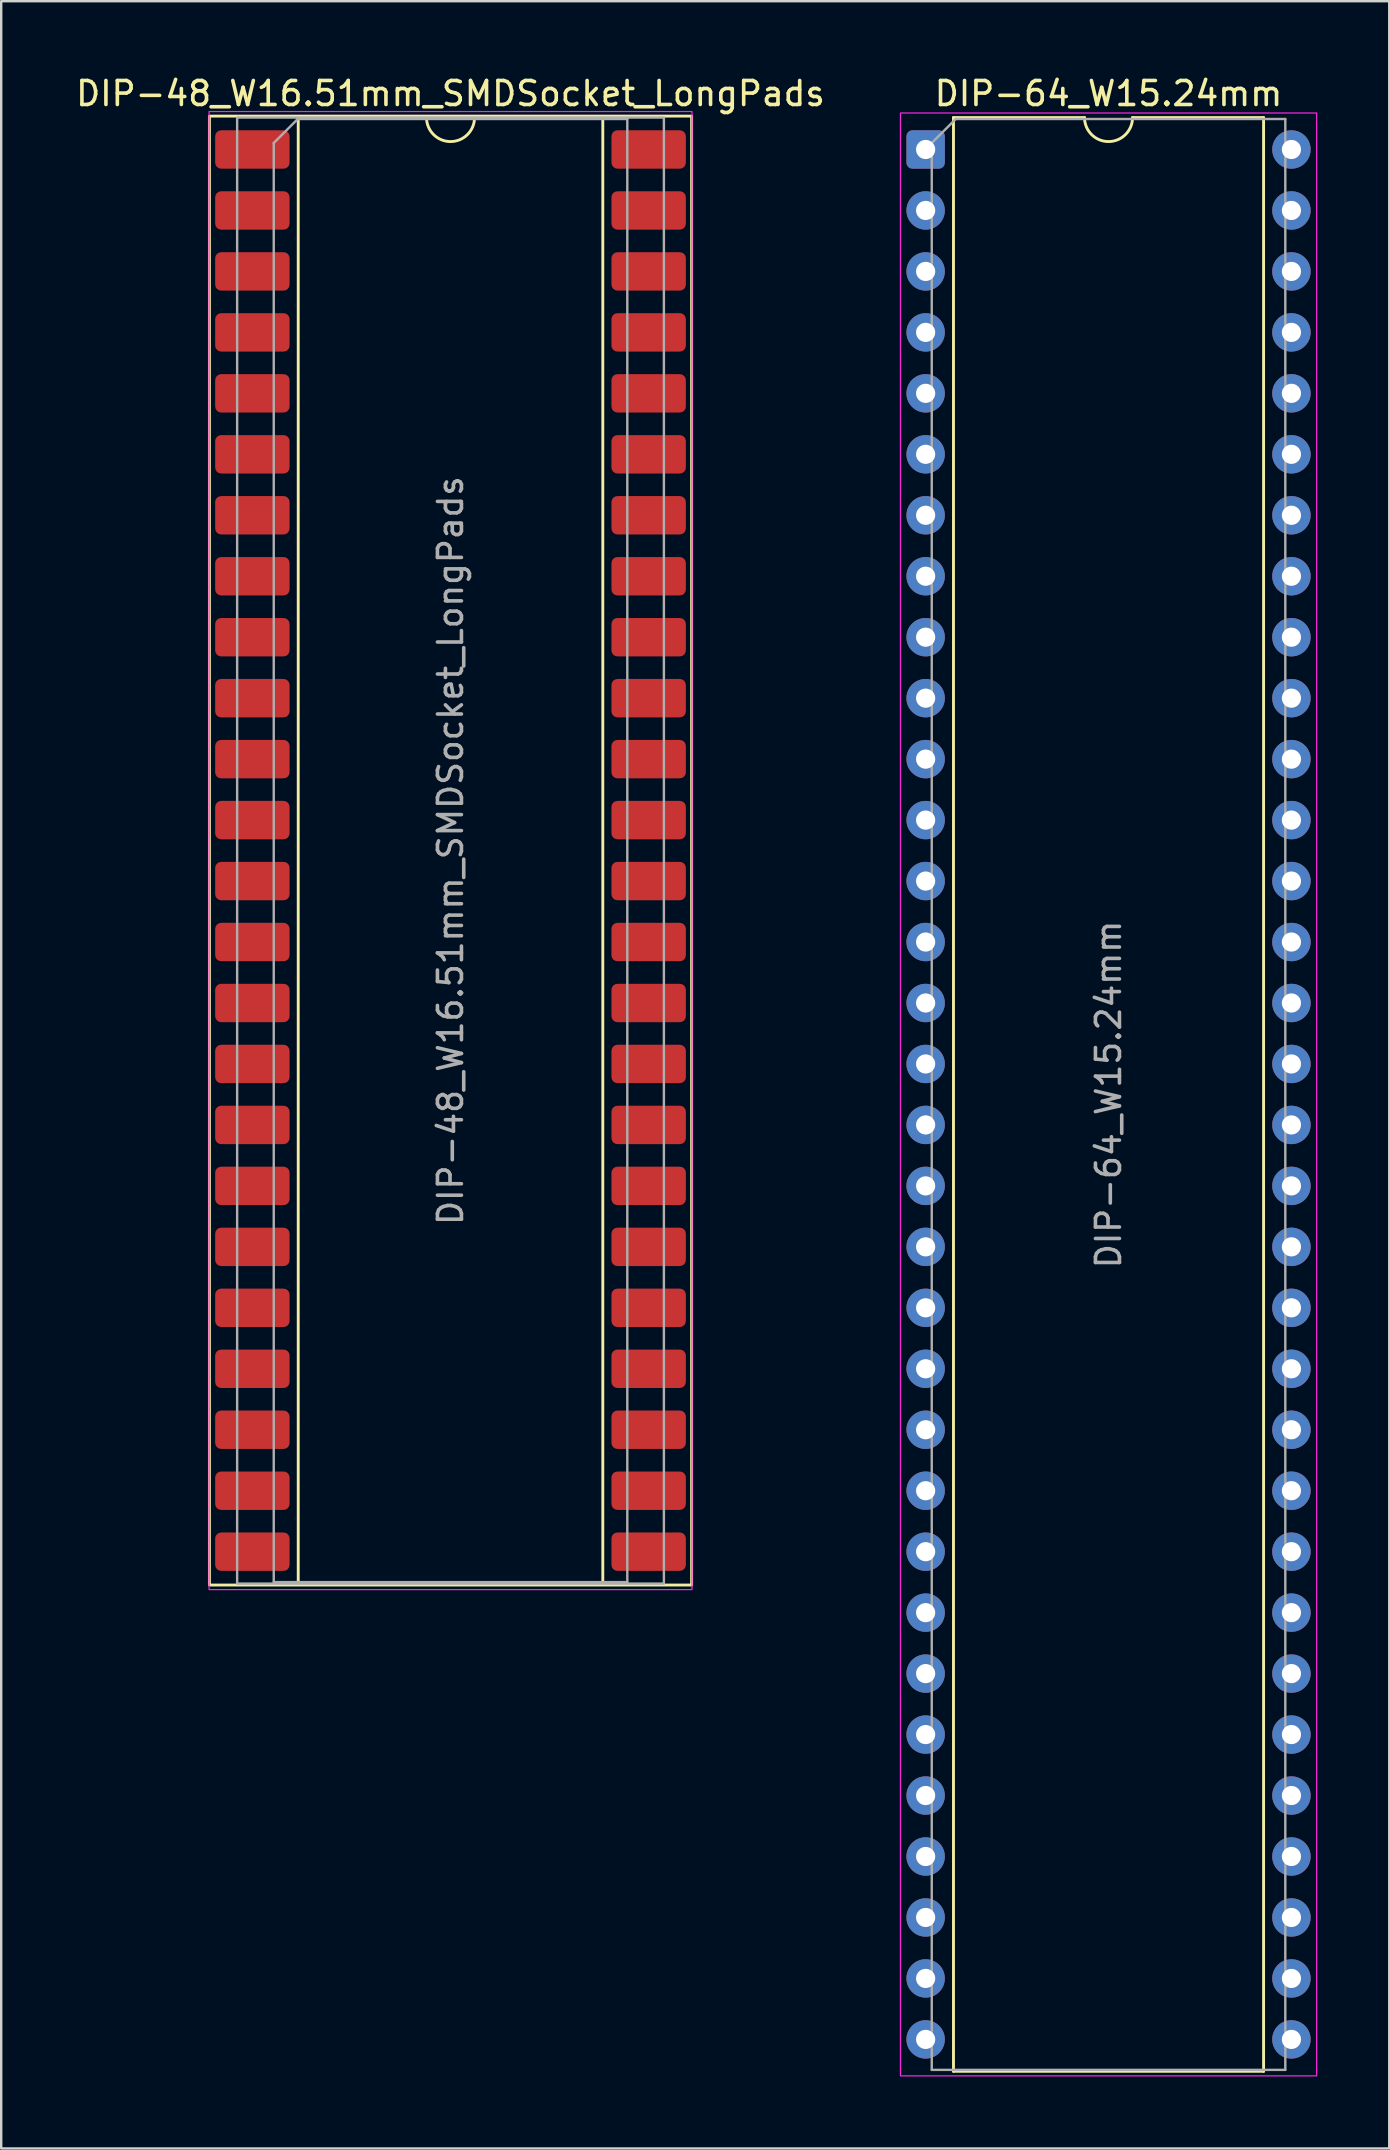
<source format=kicad_pcb>
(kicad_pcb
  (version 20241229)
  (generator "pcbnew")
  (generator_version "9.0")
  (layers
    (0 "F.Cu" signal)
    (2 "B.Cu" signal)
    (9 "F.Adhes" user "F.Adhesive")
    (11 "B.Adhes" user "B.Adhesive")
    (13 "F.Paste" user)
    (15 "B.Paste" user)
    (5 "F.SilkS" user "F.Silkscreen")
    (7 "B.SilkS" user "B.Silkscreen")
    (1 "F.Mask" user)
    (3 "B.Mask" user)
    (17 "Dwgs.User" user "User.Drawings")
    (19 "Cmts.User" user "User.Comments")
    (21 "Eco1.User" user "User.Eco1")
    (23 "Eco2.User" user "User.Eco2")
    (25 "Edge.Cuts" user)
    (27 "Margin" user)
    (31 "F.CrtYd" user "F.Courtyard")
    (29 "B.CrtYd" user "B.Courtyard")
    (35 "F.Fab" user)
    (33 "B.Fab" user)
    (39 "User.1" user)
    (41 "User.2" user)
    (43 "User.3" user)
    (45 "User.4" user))
  (footprint "DIP-48_W16.51mm_SMDSocket_LongPads"
    (layer "F.Cu")
    (at 15.72 32.388)
    (property "Reference" "DIP-48_W16.51mm_SMDSocket_LongPads" (at 0 -31.54 0) (layer "F.SilkS") (effects (font (size 1 1) (thickness 0.15))))
    (attr smd)
    (fp_line (start -6.345 -30.54) (end -6.345 30.54) (stroke (width 0.12) (type solid)) (layer "F.SilkS"))
    (fp_line (start -6.345 30.54) (end 6.345 30.54) (stroke (width 0.12) (type solid)) (layer "F.SilkS"))
    (fp_line (start -1 -30.54) (end -6.345 -30.54) (stroke (width 0.12) (type solid)) (layer "F.SilkS"))
    (fp_line (start 6.345 -30.54) (end 1 -30.54) (stroke (width 0.12) (type solid)) (layer "F.SilkS"))
    (fp_line (start 6.345 30.54) (end 6.345 -30.54) (stroke (width 0.12) (type solid)) (layer "F.SilkS"))
    (fp_rect (start -10.045 -30.6) (end 10.045 30.6) (stroke (width 0.12) (type solid)) (fill no) (layer "F.SilkS"))
    (fp_arc (start 1 -30.54) (mid 0 -29.54) (end -1 -30.54) (stroke (width 0.12) (type solid)) (layer "F.SilkS"))
    (fp_rect (start -10.06 -30.79) (end 10.06 30.79) (stroke (width 0.05) (type solid)) (fill no) (layer "F.CrtYd"))
    (fp_line (start -7.365 -29.48) (end -6.365 -30.48) (stroke (width 0.1) (type solid)) (layer "F.Fab"))
    (fp_line (start -7.365 30.48) (end -7.365 -29.48) (stroke (width 0.1) (type solid)) (layer "F.Fab"))
    (fp_line (start -6.365 -30.48) (end 7.365 -30.48) (stroke (width 0.1) (type solid)) (layer "F.Fab"))
    (fp_line (start 7.365 -30.48) (end 7.365 30.48) (stroke (width 0.1) (type solid)) (layer "F.Fab"))
    (fp_line (start 7.365 30.48) (end -7.365 30.48) (stroke (width 0.1) (type solid)) (layer "F.Fab"))
    (fp_rect (start -8.89 -30.54) (end 8.89 30.54) (stroke (width 0.1) (type solid)) (fill no) (layer "F.Fab"))
    (fp_text user "${REFERENCE}" (at 0 0 90) (layer "F.Fab") (effects (font (size 1 1) (thickness 0.15))))
    (pad "1" smd roundrect (at -8.255 -29.21) (size 3.1 1.6) (layers "F.Cu" "F.Mask" "F.Paste") (roundrect_rratio 0.156))
    (pad "2" smd roundrect (at -8.255 -26.67) (size 3.1 1.6) (layers "F.Cu" "F.Mask" "F.Paste") (roundrect_rratio 0.156))
    (pad "3" smd roundrect (at -8.255 -24.13) (size 3.1 1.6) (layers "F.Cu" "F.Mask" "F.Paste") (roundrect_rratio 0.156))
    (pad "4" smd roundrect (at -8.255 -21.59) (size 3.1 1.6) (layers "F.Cu" "F.Mask" "F.Paste") (roundrect_rratio 0.156))
    (pad "5" smd roundrect (at -8.255 -19.05) (size 3.1 1.6) (layers "F.Cu" "F.Mask" "F.Paste") (roundrect_rratio 0.156))
    (pad "6" smd roundrect (at -8.255 -16.51) (size 3.1 1.6) (layers "F.Cu" "F.Mask" "F.Paste") (roundrect_rratio 0.156))
    (pad "7" smd roundrect (at -8.255 -13.97) (size 3.1 1.6) (layers "F.Cu" "F.Mask" "F.Paste") (roundrect_rratio 0.156))
    (pad "8" smd roundrect (at -8.255 -11.43) (size 3.1 1.6) (layers "F.Cu" "F.Mask" "F.Paste") (roundrect_rratio 0.156))
    (pad "9" smd roundrect (at -8.255 -8.89) (size 3.1 1.6) (layers "F.Cu" "F.Mask" "F.Paste") (roundrect_rratio 0.156))
    (pad "10" smd roundrect (at -8.255 -6.35) (size 3.1 1.6) (layers "F.Cu" "F.Mask" "F.Paste") (roundrect_rratio 0.156))
    (pad "11" smd roundrect (at -8.255 -3.81) (size 3.1 1.6) (layers "F.Cu" "F.Mask" "F.Paste") (roundrect_rratio 0.156))
    (pad "12" smd roundrect (at -8.255 -1.27) (size 3.1 1.6) (layers "F.Cu" "F.Mask" "F.Paste") (roundrect_rratio 0.156))
    (pad "13" smd roundrect (at -8.255 1.27) (size 3.1 1.6) (layers "F.Cu" "F.Mask" "F.Paste") (roundrect_rratio 0.156))
    (pad "14" smd roundrect (at -8.255 3.81) (size 3.1 1.6) (layers "F.Cu" "F.Mask" "F.Paste") (roundrect_rratio 0.156))
    (pad "15" smd roundrect (at -8.255 6.35) (size 3.1 1.6) (layers "F.Cu" "F.Mask" "F.Paste") (roundrect_rratio 0.156))
    (pad "16" smd roundrect (at -8.255 8.89) (size 3.1 1.6) (layers "F.Cu" "F.Mask" "F.Paste") (roundrect_rratio 0.156))
    (pad "17" smd roundrect (at -8.255 11.43) (size 3.1 1.6) (layers "F.Cu" "F.Mask" "F.Paste") (roundrect_rratio 0.156))
    (pad "18" smd roundrect (at -8.255 13.97) (size 3.1 1.6) (layers "F.Cu" "F.Mask" "F.Paste") (roundrect_rratio 0.156))
    (pad "19" smd roundrect (at -8.255 16.51) (size 3.1 1.6) (layers "F.Cu" "F.Mask" "F.Paste") (roundrect_rratio 0.156))
    (pad "20" smd roundrect (at -8.255 19.05) (size 3.1 1.6) (layers "F.Cu" "F.Mask" "F.Paste") (roundrect_rratio 0.156))
    (pad "21" smd roundrect (at -8.255 21.59) (size 3.1 1.6) (layers "F.Cu" "F.Mask" "F.Paste") (roundrect_rratio 0.156))
    (pad "22" smd roundrect (at -8.255 24.13) (size 3.1 1.6) (layers "F.Cu" "F.Mask" "F.Paste") (roundrect_rratio 0.156))
    (pad "23" smd roundrect (at -8.255 26.67) (size 3.1 1.6) (layers "F.Cu" "F.Mask" "F.Paste") (roundrect_rratio 0.156))
    (pad "24" smd roundrect (at -8.255 29.21) (size 3.1 1.6) (layers "F.Cu" "F.Mask" "F.Paste") (roundrect_rratio 0.156))
    (pad "25" smd roundrect (at 8.255 29.21) (size 3.1 1.6) (layers "F.Cu" "F.Mask" "F.Paste") (roundrect_rratio 0.156))
    (pad "26" smd roundrect (at 8.255 26.67) (size 3.1 1.6) (layers "F.Cu" "F.Mask" "F.Paste") (roundrect_rratio 0.156))
    (pad "27" smd roundrect (at 8.255 24.13) (size 3.1 1.6) (layers "F.Cu" "F.Mask" "F.Paste") (roundrect_rratio 0.156))
    (pad "28" smd roundrect (at 8.255 21.59) (size 3.1 1.6) (layers "F.Cu" "F.Mask" "F.Paste") (roundrect_rratio 0.156))
    (pad "29" smd roundrect (at 8.255 19.05) (size 3.1 1.6) (layers "F.Cu" "F.Mask" "F.Paste") (roundrect_rratio 0.156))
    (pad "30" smd roundrect (at 8.255 16.51) (size 3.1 1.6) (layers "F.Cu" "F.Mask" "F.Paste") (roundrect_rratio 0.156))
    (pad "31" smd roundrect (at 8.255 13.97) (size 3.1 1.6) (layers "F.Cu" "F.Mask" "F.Paste") (roundrect_rratio 0.156))
    (pad "32" smd roundrect (at 8.255 11.43) (size 3.1 1.6) (layers "F.Cu" "F.Mask" "F.Paste") (roundrect_rratio 0.156))
    (pad "33" smd roundrect (at 8.255 8.89) (size 3.1 1.6) (layers "F.Cu" "F.Mask" "F.Paste") (roundrect_rratio 0.156))
    (pad "34" smd roundrect (at 8.255 6.35) (size 3.1 1.6) (layers "F.Cu" "F.Mask" "F.Paste") (roundrect_rratio 0.156))
    (pad "35" smd roundrect (at 8.255 3.81) (size 3.1 1.6) (layers "F.Cu" "F.Mask" "F.Paste") (roundrect_rratio 0.156))
    (pad "36" smd roundrect (at 8.255 1.27) (size 3.1 1.6) (layers "F.Cu" "F.Mask" "F.Paste") (roundrect_rratio 0.156))
    (pad "37" smd roundrect (at 8.255 -1.27) (size 3.1 1.6) (layers "F.Cu" "F.Mask" "F.Paste") (roundrect_rratio 0.156))
    (pad "38" smd roundrect (at 8.255 -3.81) (size 3.1 1.6) (layers "F.Cu" "F.Mask" "F.Paste") (roundrect_rratio 0.156))
    (pad "39" smd roundrect (at 8.255 -6.35) (size 3.1 1.6) (layers "F.Cu" "F.Mask" "F.Paste") (roundrect_rratio 0.156))
    (pad "40" smd roundrect (at 8.255 -8.89) (size 3.1 1.6) (layers "F.Cu" "F.Mask" "F.Paste") (roundrect_rratio 0.156))
    (pad "41" smd roundrect (at 8.255 -11.43) (size 3.1 1.6) (layers "F.Cu" "F.Mask" "F.Paste") (roundrect_rratio 0.156))
    (pad "42" smd roundrect (at 8.255 -13.97) (size 3.1 1.6) (layers "F.Cu" "F.Mask" "F.Paste") (roundrect_rratio 0.156))
    (pad "43" smd roundrect (at 8.255 -16.51) (size 3.1 1.6) (layers "F.Cu" "F.Mask" "F.Paste") (roundrect_rratio 0.156))
    (pad "44" smd roundrect (at 8.255 -19.05) (size 3.1 1.6) (layers "F.Cu" "F.Mask" "F.Paste") (roundrect_rratio 0.156))
    (pad "45" smd roundrect (at 8.255 -21.59) (size 3.1 1.6) (layers "F.Cu" "F.Mask" "F.Paste") (roundrect_rratio 0.156))
    (pad "46" smd roundrect (at 8.255 -24.13) (size 3.1 1.6) (layers "F.Cu" "F.Mask" "F.Paste") (roundrect_rratio 0.156))
    (pad "47" smd roundrect (at 8.255 -26.67) (size 3.1 1.6) (layers "F.Cu" "F.Mask" "F.Paste") (roundrect_rratio 0.156))
    (pad "48" smd roundrect (at 8.255 -29.21) (size 3.1 1.6) (layers "F.Cu" "F.Mask" "F.Paste") (roundrect_rratio 0.156)))
  (footprint "DIP-64_W15.24mm"
    (layer "F.Cu")
    (at 35.515 3.178)
    (property "Reference" "DIP-64_W15.24mm" (at 7.62 -2.33 0) (layer "F.SilkS") (effects (font (size 1 1) (thickness 0.15))))
    (attr through_hole)
    (fp_line (start 1.16 -1.33) (end 1.16 80.07) (stroke (width 0.12) (type solid)) (layer "F.SilkS"))
    (fp_line (start 1.16 80.07) (end 14.08 80.07) (stroke (width 0.12) (type solid)) (layer "F.SilkS"))
    (fp_line (start 6.62 -1.33) (end 1.16 -1.33) (stroke (width 0.12) (type solid)) (layer "F.SilkS"))
    (fp_line (start 14.08 -1.33) (end 8.62 -1.33) (stroke (width 0.12) (type solid)) (layer "F.SilkS"))
    (fp_line (start 14.08 80.07) (end 14.08 -1.33) (stroke (width 0.12) (type solid)) (layer "F.SilkS"))
    (fp_arc (start 8.62 -1.33) (mid 7.62 -0.33) (end 6.62 -1.33) (stroke (width 0.12) (type solid)) (layer "F.SilkS"))
    (fp_rect (start -1.05 -1.52) (end 16.29 80.26) (stroke (width 0.05) (type solid)) (fill no) (layer "F.CrtYd"))
    (fp_line (start 0.255 -0.27) (end 1.255 -1.27) (stroke (width 0.1) (type solid)) (layer "F.Fab"))
    (fp_line (start 0.255 80.01) (end 0.255 -0.27) (stroke (width 0.1) (type solid)) (layer "F.Fab"))
    (fp_line (start 1.255 -1.27) (end 14.985 -1.27) (stroke (width 0.1) (type solid)) (layer "F.Fab"))
    (fp_line (start 14.985 -1.27) (end 14.985 80.01) (stroke (width 0.1) (type solid)) (layer "F.Fab"))
    (fp_line (start 14.985 80.01) (end 0.255 80.01) (stroke (width 0.1) (type solid)) (layer "F.Fab"))
    (fp_text user "${REFERENCE}" (at 7.62 39.37 90) (layer "F.Fab") (effects (font (size 1 1) (thickness 0.15))))
    (pad "1" thru_hole roundrect (at 0 0) (size 1.6 1.6) (drill 0.8) (layers "*.Cu" "*.Mask") (roundrect_rratio 0.156))
    (pad "2" thru_hole circle (at 0 2.54) (size 1.6 1.6) (drill 0.8) (layers "*.Cu" "*.Mask"))
    (pad "3" thru_hole circle (at 0 5.08) (size 1.6 1.6) (drill 0.8) (layers "*.Cu" "*.Mask"))
    (pad "4" thru_hole circle (at 0 7.62) (size 1.6 1.6) (drill 0.8) (layers "*.Cu" "*.Mask"))
    (pad "5" thru_hole circle (at 0 10.16) (size 1.6 1.6) (drill 0.8) (layers "*.Cu" "*.Mask"))
    (pad "6" thru_hole circle (at 0 12.7) (size 1.6 1.6) (drill 0.8) (layers "*.Cu" "*.Mask"))
    (pad "7" thru_hole circle (at 0 15.24) (size 1.6 1.6) (drill 0.8) (layers "*.Cu" "*.Mask"))
    (pad "8" thru_hole circle (at 0 17.78) (size 1.6 1.6) (drill 0.8) (layers "*.Cu" "*.Mask"))
    (pad "9" thru_hole circle (at 0 20.32) (size 1.6 1.6) (drill 0.8) (layers "*.Cu" "*.Mask"))
    (pad "10" thru_hole circle (at 0 22.86) (size 1.6 1.6) (drill 0.8) (layers "*.Cu" "*.Mask"))
    (pad "11" thru_hole circle (at 0 25.4) (size 1.6 1.6) (drill 0.8) (layers "*.Cu" "*.Mask"))
    (pad "12" thru_hole circle (at 0 27.94) (size 1.6 1.6) (drill 0.8) (layers "*.Cu" "*.Mask"))
    (pad "13" thru_hole circle (at 0 30.48) (size 1.6 1.6) (drill 0.8) (layers "*.Cu" "*.Mask"))
    (pad "14" thru_hole circle (at 0 33.02) (size 1.6 1.6) (drill 0.8) (layers "*.Cu" "*.Mask"))
    (pad "15" thru_hole circle (at 0 35.56) (size 1.6 1.6) (drill 0.8) (layers "*.Cu" "*.Mask"))
    (pad "16" thru_hole circle (at 0 38.1) (size 1.6 1.6) (drill 0.8) (layers "*.Cu" "*.Mask"))
    (pad "17" thru_hole circle (at 0 40.64) (size 1.6 1.6) (drill 0.8) (layers "*.Cu" "*.Mask"))
    (pad "18" thru_hole circle (at 0 43.18) (size 1.6 1.6) (drill 0.8) (layers "*.Cu" "*.Mask"))
    (pad "19" thru_hole circle (at 0 45.72) (size 1.6 1.6) (drill 0.8) (layers "*.Cu" "*.Mask"))
    (pad "20" thru_hole circle (at 0 48.26) (size 1.6 1.6) (drill 0.8) (layers "*.Cu" "*.Mask"))
    (pad "21" thru_hole circle (at 0 50.8) (size 1.6 1.6) (drill 0.8) (layers "*.Cu" "*.Mask"))
    (pad "22" thru_hole circle (at 0 53.34) (size 1.6 1.6) (drill 0.8) (layers "*.Cu" "*.Mask"))
    (pad "23" thru_hole circle (at 0 55.88) (size 1.6 1.6) (drill 0.8) (layers "*.Cu" "*.Mask"))
    (pad "24" thru_hole circle (at 0 58.42) (size 1.6 1.6) (drill 0.8) (layers "*.Cu" "*.Mask"))
    (pad "25" thru_hole circle (at 0 60.96) (size 1.6 1.6) (drill 0.8) (layers "*.Cu" "*.Mask"))
    (pad "26" thru_hole circle (at 0 63.5) (size 1.6 1.6) (drill 0.8) (layers "*.Cu" "*.Mask"))
    (pad "27" thru_hole circle (at 0 66.04) (size 1.6 1.6) (drill 0.8) (layers "*.Cu" "*.Mask"))
    (pad "28" thru_hole circle (at 0 68.58) (size 1.6 1.6) (drill 0.8) (layers "*.Cu" "*.Mask"))
    (pad "29" thru_hole circle (at 0 71.12) (size 1.6 1.6) (drill 0.8) (layers "*.Cu" "*.Mask"))
    (pad "30" thru_hole circle (at 0 73.66) (size 1.6 1.6) (drill 0.8) (layers "*.Cu" "*.Mask"))
    (pad "31" thru_hole circle (at 0 76.2) (size 1.6 1.6) (drill 0.8) (layers "*.Cu" "*.Mask"))
    (pad "32" thru_hole circle (at 0 78.74) (size 1.6 1.6) (drill 0.8) (layers "*.Cu" "*.Mask"))
    (pad "33" thru_hole circle (at 15.24 78.74) (size 1.6 1.6) (drill 0.8) (layers "*.Cu" "*.Mask"))
    (pad "34" thru_hole circle (at 15.24 76.2) (size 1.6 1.6) (drill 0.8) (layers "*.Cu" "*.Mask"))
    (pad "35" thru_hole circle (at 15.24 73.66) (size 1.6 1.6) (drill 0.8) (layers "*.Cu" "*.Mask"))
    (pad "36" thru_hole circle (at 15.24 71.12) (size 1.6 1.6) (drill 0.8) (layers "*.Cu" "*.Mask"))
    (pad "37" thru_hole circle (at 15.24 68.58) (size 1.6 1.6) (drill 0.8) (layers "*.Cu" "*.Mask"))
    (pad "38" thru_hole circle (at 15.24 66.04) (size 1.6 1.6) (drill 0.8) (layers "*.Cu" "*.Mask"))
    (pad "39" thru_hole circle (at 15.24 63.5) (size 1.6 1.6) (drill 0.8) (layers "*.Cu" "*.Mask"))
    (pad "40" thru_hole circle (at 15.24 60.96) (size 1.6 1.6) (drill 0.8) (layers "*.Cu" "*.Mask"))
    (pad "41" thru_hole circle (at 15.24 58.42) (size 1.6 1.6) (drill 0.8) (layers "*.Cu" "*.Mask"))
    (pad "42" thru_hole circle (at 15.24 55.88) (size 1.6 1.6) (drill 0.8) (layers "*.Cu" "*.Mask"))
    (pad "43" thru_hole circle (at 15.24 53.34) (size 1.6 1.6) (drill 0.8) (layers "*.Cu" "*.Mask"))
    (pad "44" thru_hole circle (at 15.24 50.8) (size 1.6 1.6) (drill 0.8) (layers "*.Cu" "*.Mask"))
    (pad "45" thru_hole circle (at 15.24 48.26) (size 1.6 1.6) (drill 0.8) (layers "*.Cu" "*.Mask"))
    (pad "46" thru_hole circle (at 15.24 45.72) (size 1.6 1.6) (drill 0.8) (layers "*.Cu" "*.Mask"))
    (pad "47" thru_hole circle (at 15.24 43.18) (size 1.6 1.6) (drill 0.8) (layers "*.Cu" "*.Mask"))
    (pad "48" thru_hole circle (at 15.24 40.64) (size 1.6 1.6) (drill 0.8) (layers "*.Cu" "*.Mask"))
    (pad "49" thru_hole circle (at 15.24 38.1) (size 1.6 1.6) (drill 0.8) (layers "*.Cu" "*.Mask"))
    (pad "50" thru_hole circle (at 15.24 35.56) (size 1.6 1.6) (drill 0.8) (layers "*.Cu" "*.Mask"))
    (pad "51" thru_hole circle (at 15.24 33.02) (size 1.6 1.6) (drill 0.8) (layers "*.Cu" "*.Mask"))
    (pad "52" thru_hole circle (at 15.24 30.48) (size 1.6 1.6) (drill 0.8) (layers "*.Cu" "*.Mask"))
    (pad "53" thru_hole circle (at 15.24 27.94) (size 1.6 1.6) (drill 0.8) (layers "*.Cu" "*.Mask"))
    (pad "54" thru_hole circle (at 15.24 25.4) (size 1.6 1.6) (drill 0.8) (layers "*.Cu" "*.Mask"))
    (pad "55" thru_hole circle (at 15.24 22.86) (size 1.6 1.6) (drill 0.8) (layers "*.Cu" "*.Mask"))
    (pad "56" thru_hole circle (at 15.24 20.32) (size 1.6 1.6) (drill 0.8) (layers "*.Cu" "*.Mask"))
    (pad "57" thru_hole circle (at 15.24 17.78) (size 1.6 1.6) (drill 0.8) (layers "*.Cu" "*.Mask"))
    (pad "58" thru_hole circle (at 15.24 15.24) (size 1.6 1.6) (drill 0.8) (layers "*.Cu" "*.Mask"))
    (pad "59" thru_hole circle (at 15.24 12.7) (size 1.6 1.6) (drill 0.8) (layers "*.Cu" "*.Mask"))
    (pad "60" thru_hole circle (at 15.24 10.16) (size 1.6 1.6) (drill 0.8) (layers "*.Cu" "*.Mask"))
    (pad "61" thru_hole circle (at 15.24 7.62) (size 1.6 1.6) (drill 0.8) (layers "*.Cu" "*.Mask"))
    (pad "62" thru_hole circle (at 15.24 5.08) (size 1.6 1.6) (drill 0.8) (layers "*.Cu" "*.Mask"))
    (pad "63" thru_hole circle (at 15.24 2.54) (size 1.6 1.6) (drill 0.8) (layers "*.Cu" "*.Mask"))
    (pad "64" thru_hole circle (at 15.24 0) (size 1.6 1.6) (drill 0.8) (layers "*.Cu" "*.Mask")))
  (gr_rect
    (start -3 -3)
    (end 54.83 86.463)
    (stroke (width 0.1) (type default))
    (fill no)
    (layer "Edge.Cuts")))
</source>
